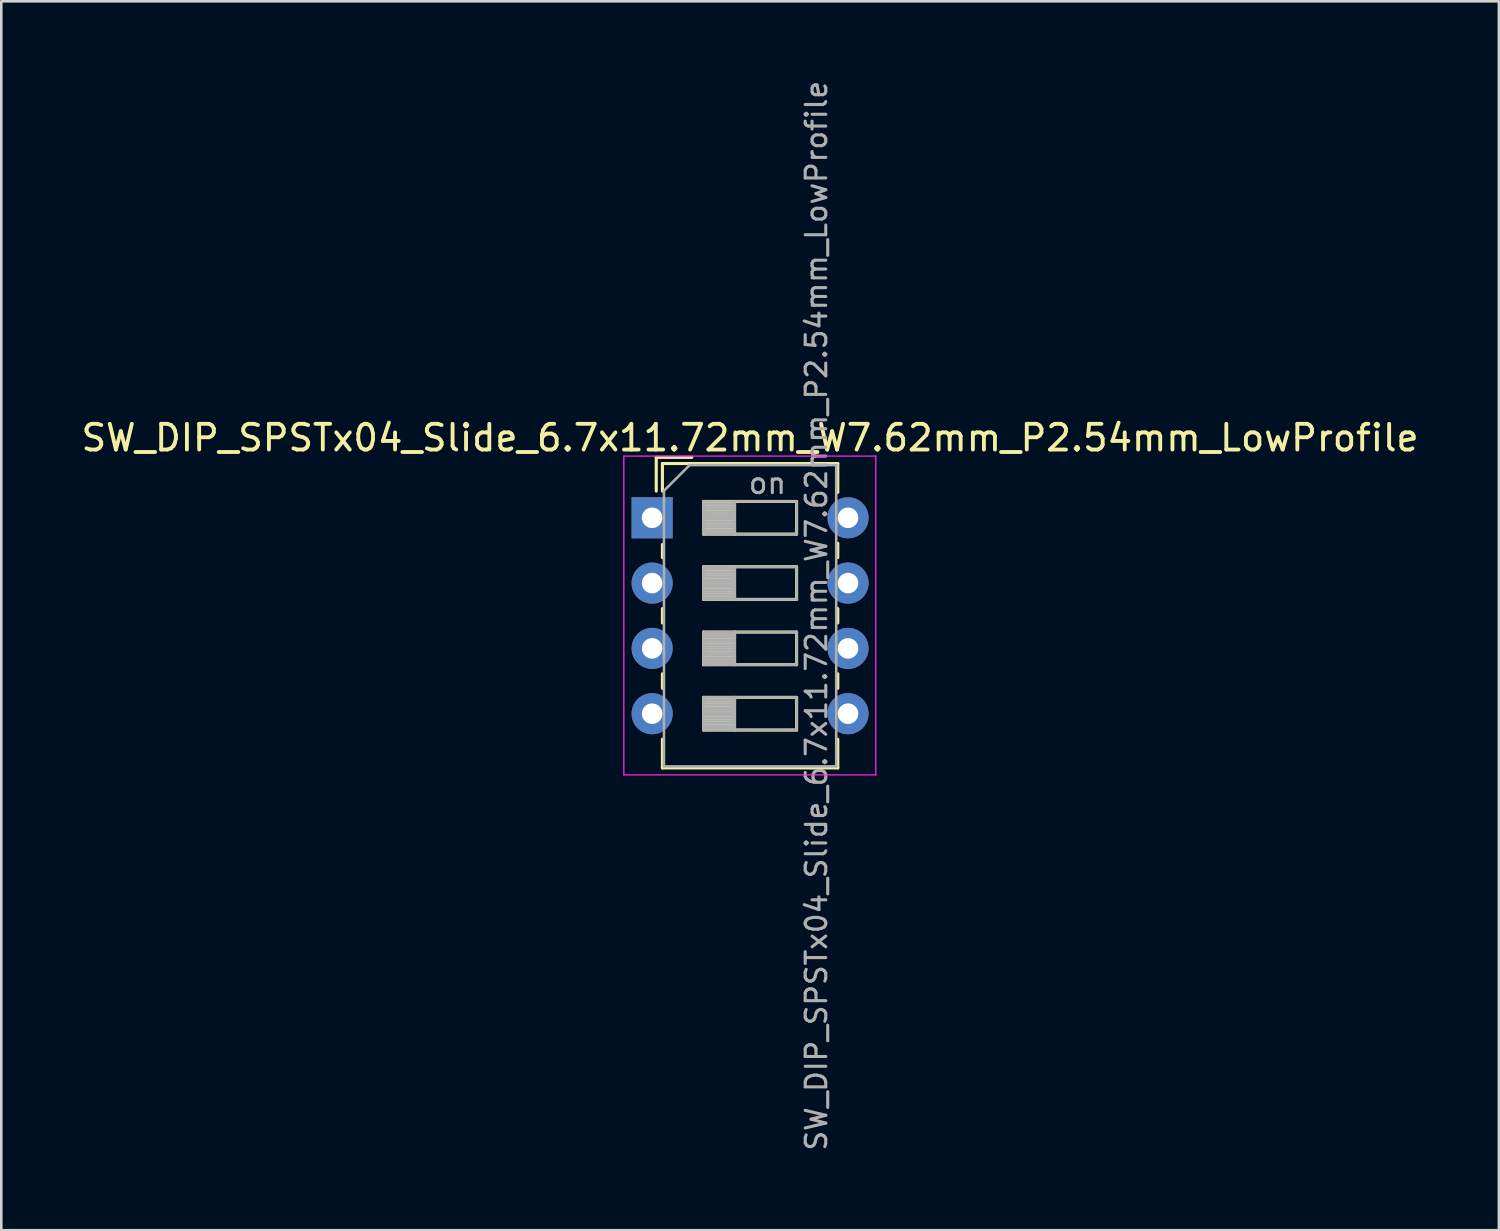
<source format=kicad_pcb>
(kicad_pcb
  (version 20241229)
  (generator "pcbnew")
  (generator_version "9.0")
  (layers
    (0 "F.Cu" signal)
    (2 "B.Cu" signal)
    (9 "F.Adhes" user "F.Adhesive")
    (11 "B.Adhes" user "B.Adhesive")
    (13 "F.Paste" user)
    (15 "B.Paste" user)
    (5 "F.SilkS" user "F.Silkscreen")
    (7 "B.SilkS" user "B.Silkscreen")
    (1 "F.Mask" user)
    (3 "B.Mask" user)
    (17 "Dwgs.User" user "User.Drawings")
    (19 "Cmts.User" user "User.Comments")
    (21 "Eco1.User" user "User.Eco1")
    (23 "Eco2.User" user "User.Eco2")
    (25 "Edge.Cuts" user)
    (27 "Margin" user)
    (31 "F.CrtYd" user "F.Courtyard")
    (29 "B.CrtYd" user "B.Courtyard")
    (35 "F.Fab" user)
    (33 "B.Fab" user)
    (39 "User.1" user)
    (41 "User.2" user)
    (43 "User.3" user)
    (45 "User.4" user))
  (footprint "SW_DIP_SPSTx04_Slide_6.7x11.72mm_W7.62mm_P2.54mm_LowProfile"
    (layer "F.Cu")
    (at 22.315 17.09)
    (property "Reference" "SW_DIP_SPSTx04_Slide_6.7x11.72mm_W7.62mm_P2.54mm_LowProfile" (at 3.81 -3.11 0) (layer "F.SilkS") (effects (font (size 1 1) (thickness 0.15))))
    (attr through_hole)
    (fp_line (start 0.16 -2.35) (end 0.16 -1.04) (stroke (width 0.12) (type solid)) (layer "F.SilkS"))
    (fp_line (start 0.16 -2.35) (end 1.543 -2.35) (stroke (width 0.12) (type solid)) (layer "F.SilkS"))
    (fp_line (start 0.4 -2.11) (end 0.4 -1.04) (stroke (width 0.12) (type solid)) (layer "F.SilkS"))
    (fp_line (start 0.4 -2.11) (end 7.221 -2.11) (stroke (width 0.12) (type solid)) (layer "F.SilkS"))
    (fp_line (start 0.4 1.04) (end 0.4 1.551) (stroke (width 0.12) (type solid)) (layer "F.SilkS"))
    (fp_line (start 0.4 3.53) (end 0.4 4.091) (stroke (width 0.12) (type solid)) (layer "F.SilkS"))
    (fp_line (start 0.4 6.07) (end 0.4 6.631) (stroke (width 0.12) (type solid)) (layer "F.SilkS"))
    (fp_line (start 0.4 8.61) (end 0.4 9.73) (stroke (width 0.12) (type solid)) (layer "F.SilkS"))
    (fp_line (start 0.4 9.73) (end 7.221 9.73) (stroke (width 0.12) (type solid)) (layer "F.SilkS"))
    (fp_line (start 2 -0.635) (end 2 0.635) (stroke (width 0.12) (type solid)) (layer "F.SilkS"))
    (fp_line (start 2 -0.515) (end 3.207 -0.515) (stroke (width 0.12) (type solid)) (layer "F.SilkS"))
    (fp_line (start 2 -0.395) (end 3.207 -0.395) (stroke (width 0.12) (type solid)) (layer "F.SilkS"))
    (fp_line (start 2 -0.275) (end 3.207 -0.275) (stroke (width 0.12) (type solid)) (layer "F.SilkS"))
    (fp_line (start 2 -0.155) (end 3.207 -0.155) (stroke (width 0.12) (type solid)) (layer "F.SilkS"))
    (fp_line (start 2 -0.035) (end 3.207 -0.035) (stroke (width 0.12) (type solid)) (layer "F.SilkS"))
    (fp_line (start 2 0.085) (end 3.207 0.085) (stroke (width 0.12) (type solid)) (layer "F.SilkS"))
    (fp_line (start 2 0.205) (end 3.207 0.205) (stroke (width 0.12) (type solid)) (layer "F.SilkS"))
    (fp_line (start 2 0.325) (end 3.207 0.325) (stroke (width 0.12) (type solid)) (layer "F.SilkS"))
    (fp_line (start 2 0.445) (end 3.207 0.445) (stroke (width 0.12) (type solid)) (layer "F.SilkS"))
    (fp_line (start 2 0.565) (end 3.207 0.565) (stroke (width 0.12) (type solid)) (layer "F.SilkS"))
    (fp_line (start 2 0.635) (end 5.62 0.635) (stroke (width 0.12) (type solid)) (layer "F.SilkS"))
    (fp_line (start 2 1.905) (end 2 3.175) (stroke (width 0.12) (type solid)) (layer "F.SilkS"))
    (fp_line (start 2 2.025) (end 3.207 2.025) (stroke (width 0.12) (type solid)) (layer "F.SilkS"))
    (fp_line (start 2 2.145) (end 3.207 2.145) (stroke (width 0.12) (type solid)) (layer "F.SilkS"))
    (fp_line (start 2 2.265) (end 3.207 2.265) (stroke (width 0.12) (type solid)) (layer "F.SilkS"))
    (fp_line (start 2 2.385) (end 3.207 2.385) (stroke (width 0.12) (type solid)) (layer "F.SilkS"))
    (fp_line (start 2 2.505) (end 3.207 2.505) (stroke (width 0.12) (type solid)) (layer "F.SilkS"))
    (fp_line (start 2 2.625) (end 3.207 2.625) (stroke (width 0.12) (type solid)) (layer "F.SilkS"))
    (fp_line (start 2 2.745) (end 3.207 2.745) (stroke (width 0.12) (type solid)) (layer "F.SilkS"))
    (fp_line (start 2 2.865) (end 3.207 2.865) (stroke (width 0.12) (type solid)) (layer "F.SilkS"))
    (fp_line (start 2 2.985) (end 3.207 2.985) (stroke (width 0.12) (type solid)) (layer "F.SilkS"))
    (fp_line (start 2 3.105) (end 3.207 3.105) (stroke (width 0.12) (type solid)) (layer "F.SilkS"))
    (fp_line (start 2 3.175) (end 5.62 3.175) (stroke (width 0.12) (type solid)) (layer "F.SilkS"))
    (fp_line (start 2 4.445) (end 2 5.715) (stroke (width 0.12) (type solid)) (layer "F.SilkS"))
    (fp_line (start 2 4.565) (end 3.207 4.565) (stroke (width 0.12) (type solid)) (layer "F.SilkS"))
    (fp_line (start 2 4.685) (end 3.207 4.685) (stroke (width 0.12) (type solid)) (layer "F.SilkS"))
    (fp_line (start 2 4.805) (end 3.207 4.805) (stroke (width 0.12) (type solid)) (layer "F.SilkS"))
    (fp_line (start 2 4.925) (end 3.207 4.925) (stroke (width 0.12) (type solid)) (layer "F.SilkS"))
    (fp_line (start 2 5.045) (end 3.207 5.045) (stroke (width 0.12) (type solid)) (layer "F.SilkS"))
    (fp_line (start 2 5.165) (end 3.207 5.165) (stroke (width 0.12) (type solid)) (layer "F.SilkS"))
    (fp_line (start 2 5.285) (end 3.207 5.285) (stroke (width 0.12) (type solid)) (layer "F.SilkS"))
    (fp_line (start 2 5.405) (end 3.207 5.405) (stroke (width 0.12) (type solid)) (layer "F.SilkS"))
    (fp_line (start 2 5.525) (end 3.207 5.525) (stroke (width 0.12) (type solid)) (layer "F.SilkS"))
    (fp_line (start 2 5.645) (end 3.207 5.645) (stroke (width 0.12) (type solid)) (layer "F.SilkS"))
    (fp_line (start 2 5.715) (end 5.62 5.715) (stroke (width 0.12) (type solid)) (layer "F.SilkS"))
    (fp_line (start 2 6.985) (end 2 8.255) (stroke (width 0.12) (type solid)) (layer "F.SilkS"))
    (fp_line (start 2 7.105) (end 3.207 7.105) (stroke (width 0.12) (type solid)) (layer "F.SilkS"))
    (fp_line (start 2 7.225) (end 3.207 7.225) (stroke (width 0.12) (type solid)) (layer "F.SilkS"))
    (fp_line (start 2 7.345) (end 3.207 7.345) (stroke (width 0.12) (type solid)) (layer "F.SilkS"))
    (fp_line (start 2 7.465) (end 3.207 7.465) (stroke (width 0.12) (type solid)) (layer "F.SilkS"))
    (fp_line (start 2 7.585) (end 3.207 7.585) (stroke (width 0.12) (type solid)) (layer "F.SilkS"))
    (fp_line (start 2 7.705) (end 3.207 7.705) (stroke (width 0.12) (type solid)) (layer "F.SilkS"))
    (fp_line (start 2 7.825) (end 3.207 7.825) (stroke (width 0.12) (type solid)) (layer "F.SilkS"))
    (fp_line (start 2 7.945) (end 3.207 7.945) (stroke (width 0.12) (type solid)) (layer "F.SilkS"))
    (fp_line (start 2 8.065) (end 3.207 8.065) (stroke (width 0.12) (type solid)) (layer "F.SilkS"))
    (fp_line (start 2 8.185) (end 3.207 8.185) (stroke (width 0.12) (type solid)) (layer "F.SilkS"))
    (fp_line (start 2 8.255) (end 5.62 8.255) (stroke (width 0.12) (type solid)) (layer "F.SilkS"))
    (fp_line (start 3.207 -0.635) (end 3.207 0.635) (stroke (width 0.12) (type solid)) (layer "F.SilkS"))
    (fp_line (start 3.207 1.905) (end 3.207 3.175) (stroke (width 0.12) (type solid)) (layer "F.SilkS"))
    (fp_line (start 3.207 4.445) (end 3.207 5.715) (stroke (width 0.12) (type solid)) (layer "F.SilkS"))
    (fp_line (start 3.207 6.985) (end 3.207 8.255) (stroke (width 0.12) (type solid)) (layer "F.SilkS"))
    (fp_line (start 5.62 -0.635) (end 2 -0.635) (stroke (width 0.12) (type solid)) (layer "F.SilkS"))
    (fp_line (start 5.62 0.635) (end 5.62 -0.635) (stroke (width 0.12) (type solid)) (layer "F.SilkS"))
    (fp_line (start 5.62 1.905) (end 2 1.905) (stroke (width 0.12) (type solid)) (layer "F.SilkS"))
    (fp_line (start 5.62 3.175) (end 5.62 1.905) (stroke (width 0.12) (type solid)) (layer "F.SilkS"))
    (fp_line (start 5.62 4.445) (end 2 4.445) (stroke (width 0.12) (type solid)) (layer "F.SilkS"))
    (fp_line (start 5.62 5.715) (end 5.62 4.445) (stroke (width 0.12) (type solid)) (layer "F.SilkS"))
    (fp_line (start 5.62 6.985) (end 2 6.985) (stroke (width 0.12) (type solid)) (layer "F.SilkS"))
    (fp_line (start 5.62 8.255) (end 5.62 6.985) (stroke (width 0.12) (type solid)) (layer "F.SilkS"))
    (fp_line (start 7.221 -2.11) (end 7.221 -0.99) (stroke (width 0.12) (type solid)) (layer "F.SilkS"))
    (fp_line (start 7.221 0.99) (end 7.221 1.551) (stroke (width 0.12) (type solid)) (layer "F.SilkS"))
    (fp_line (start 7.221 3.53) (end 7.221 4.091) (stroke (width 0.12) (type solid)) (layer "F.SilkS"))
    (fp_line (start 7.221 6.07) (end 7.221 6.631) (stroke (width 0.12) (type solid)) (layer "F.SilkS"))
    (fp_line (start 7.221 8.61) (end 7.221 9.73) (stroke (width 0.12) (type solid)) (layer "F.SilkS"))
    (fp_line (start -1.1 -2.4) (end -1.1 10) (stroke (width 0.05) (type solid)) (layer "F.CrtYd"))
    (fp_line (start -1.1 10) (end 8.7 10) (stroke (width 0.05) (type solid)) (layer "F.CrtYd"))
    (fp_line (start 8.7 -2.4) (end -1.1 -2.4) (stroke (width 0.05) (type solid)) (layer "F.CrtYd"))
    (fp_line (start 8.7 10) (end 8.7 -2.4) (stroke (width 0.05) (type solid)) (layer "F.CrtYd"))
    (fp_line (start 0.46 -1.05) (end 1.46 -2.05) (stroke (width 0.1) (type solid)) (layer "F.Fab"))
    (fp_line (start 0.46 9.67) (end 0.46 -1.05) (stroke (width 0.1) (type solid)) (layer "F.Fab"))
    (fp_line (start 1.46 -2.05) (end 7.16 -2.05) (stroke (width 0.1) (type solid)) (layer "F.Fab"))
    (fp_line (start 2 -0.635) (end 2 0.635) (stroke (width 0.1) (type solid)) (layer "F.Fab"))
    (fp_line (start 2 -0.535) (end 3.207 -0.535) (stroke (width 0.1) (type solid)) (layer "F.Fab"))
    (fp_line (start 2 -0.435) (end 3.207 -0.435) (stroke (width 0.1) (type solid)) (layer "F.Fab"))
    (fp_line (start 2 -0.335) (end 3.207 -0.335) (stroke (width 0.1) (type solid)) (layer "F.Fab"))
    (fp_line (start 2 -0.235) (end 3.207 -0.235) (stroke (width 0.1) (type solid)) (layer "F.Fab"))
    (fp_line (start 2 -0.135) (end 3.207 -0.135) (stroke (width 0.1) (type solid)) (layer "F.Fab"))
    (fp_line (start 2 -0.035) (end 3.207 -0.035) (stroke (width 0.1) (type solid)) (layer "F.Fab"))
    (fp_line (start 2 0.065) (end 3.207 0.065) (stroke (width 0.1) (type solid)) (layer "F.Fab"))
    (fp_line (start 2 0.165) (end 3.207 0.165) (stroke (width 0.1) (type solid)) (layer "F.Fab"))
    (fp_line (start 2 0.265) (end 3.207 0.265) (stroke (width 0.1) (type solid)) (layer "F.Fab"))
    (fp_line (start 2 0.365) (end 3.207 0.365) (stroke (width 0.1) (type solid)) (layer "F.Fab"))
    (fp_line (start 2 0.465) (end 3.207 0.465) (stroke (width 0.1) (type solid)) (layer "F.Fab"))
    (fp_line (start 2 0.565) (end 3.207 0.565) (stroke (width 0.1) (type solid)) (layer "F.Fab"))
    (fp_line (start 2 0.635) (end 5.62 0.635) (stroke (width 0.1) (type solid)) (layer "F.Fab"))
    (fp_line (start 2 1.905) (end 2 3.175) (stroke (width 0.1) (type solid)) (layer "F.Fab"))
    (fp_line (start 2 2.005) (end 3.207 2.005) (stroke (width 0.1) (type solid)) (layer "F.Fab"))
    (fp_line (start 2 2.105) (end 3.207 2.105) (stroke (width 0.1) (type solid)) (layer "F.Fab"))
    (fp_line (start 2 2.205) (end 3.207 2.205) (stroke (width 0.1) (type solid)) (layer "F.Fab"))
    (fp_line (start 2 2.305) (end 3.207 2.305) (stroke (width 0.1) (type solid)) (layer "F.Fab"))
    (fp_line (start 2 2.405) (end 3.207 2.405) (stroke (width 0.1) (type solid)) (layer "F.Fab"))
    (fp_line (start 2 2.505) (end 3.207 2.505) (stroke (width 0.1) (type solid)) (layer "F.Fab"))
    (fp_line (start 2 2.605) (end 3.207 2.605) (stroke (width 0.1) (type solid)) (layer "F.Fab"))
    (fp_line (start 2 2.705) (end 3.207 2.705) (stroke (width 0.1) (type solid)) (layer "F.Fab"))
    (fp_line (start 2 2.805) (end 3.207 2.805) (stroke (width 0.1) (type solid)) (layer "F.Fab"))
    (fp_line (start 2 2.905) (end 3.207 2.905) (stroke (width 0.1) (type solid)) (layer "F.Fab"))
    (fp_line (start 2 3.005) (end 3.207 3.005) (stroke (width 0.1) (type solid)) (layer "F.Fab"))
    (fp_line (start 2 3.105) (end 3.207 3.105) (stroke (width 0.1) (type solid)) (layer "F.Fab"))
    (fp_line (start 2 3.175) (end 5.62 3.175) (stroke (width 0.1) (type solid)) (layer "F.Fab"))
    (fp_line (start 2 4.445) (end 2 5.715) (stroke (width 0.1) (type solid)) (layer "F.Fab"))
    (fp_line (start 2 4.545) (end 3.207 4.545) (stroke (width 0.1) (type solid)) (layer "F.Fab"))
    (fp_line (start 2 4.645) (end 3.207 4.645) (stroke (width 0.1) (type solid)) (layer "F.Fab"))
    (fp_line (start 2 4.745) (end 3.207 4.745) (stroke (width 0.1) (type solid)) (layer "F.Fab"))
    (fp_line (start 2 4.845) (end 3.207 4.845) (stroke (width 0.1) (type solid)) (layer "F.Fab"))
    (fp_line (start 2 4.945) (end 3.207 4.945) (stroke (width 0.1) (type solid)) (layer "F.Fab"))
    (fp_line (start 2 5.045) (end 3.207 5.045) (stroke (width 0.1) (type solid)) (layer "F.Fab"))
    (fp_line (start 2 5.145) (end 3.207 5.145) (stroke (width 0.1) (type solid)) (layer "F.Fab"))
    (fp_line (start 2 5.245) (end 3.207 5.245) (stroke (width 0.1) (type solid)) (layer "F.Fab"))
    (fp_line (start 2 5.345) (end 3.207 5.345) (stroke (width 0.1) (type solid)) (layer "F.Fab"))
    (fp_line (start 2 5.445) (end 3.207 5.445) (stroke (width 0.1) (type solid)) (layer "F.Fab"))
    (fp_line (start 2 5.545) (end 3.207 5.545) (stroke (width 0.1) (type solid)) (layer "F.Fab"))
    (fp_line (start 2 5.645) (end 3.207 5.645) (stroke (width 0.1) (type solid)) (layer "F.Fab"))
    (fp_line (start 2 5.715) (end 5.62 5.715) (stroke (width 0.1) (type solid)) (layer "F.Fab"))
    (fp_line (start 2 6.985) (end 2 8.255) (stroke (width 0.1) (type solid)) (layer "F.Fab"))
    (fp_line (start 2 7.085) (end 3.207 7.085) (stroke (width 0.1) (type solid)) (layer "F.Fab"))
    (fp_line (start 2 7.185) (end 3.207 7.185) (stroke (width 0.1) (type solid)) (layer "F.Fab"))
    (fp_line (start 2 7.285) (end 3.207 7.285) (stroke (width 0.1) (type solid)) (layer "F.Fab"))
    (fp_line (start 2 7.385) (end 3.207 7.385) (stroke (width 0.1) (type solid)) (layer "F.Fab"))
    (fp_line (start 2 7.485) (end 3.207 7.485) (stroke (width 0.1) (type solid)) (layer "F.Fab"))
    (fp_line (start 2 7.585) (end 3.207 7.585) (stroke (width 0.1) (type solid)) (layer "F.Fab"))
    (fp_line (start 2 7.685) (end 3.207 7.685) (stroke (width 0.1) (type solid)) (layer "F.Fab"))
    (fp_line (start 2 7.785) (end 3.207 7.785) (stroke (width 0.1) (type solid)) (layer "F.Fab"))
    (fp_line (start 2 7.885) (end 3.207 7.885) (stroke (width 0.1) (type solid)) (layer "F.Fab"))
    (fp_line (start 2 7.985) (end 3.207 7.985) (stroke (width 0.1) (type solid)) (layer "F.Fab"))
    (fp_line (start 2 8.085) (end 3.207 8.085) (stroke (width 0.1) (type solid)) (layer "F.Fab"))
    (fp_line (start 2 8.185) (end 3.207 8.185) (stroke (width 0.1) (type solid)) (layer "F.Fab"))
    (fp_line (start 2 8.255) (end 5.62 8.255) (stroke (width 0.1) (type solid)) (layer "F.Fab"))
    (fp_line (start 3.207 -0.635) (end 3.207 0.635) (stroke (width 0.1) (type solid)) (layer "F.Fab"))
    (fp_line (start 3.207 1.905) (end 3.207 3.175) (stroke (width 0.1) (type solid)) (layer "F.Fab"))
    (fp_line (start 3.207 4.445) (end 3.207 5.715) (stroke (width 0.1) (type solid)) (layer "F.Fab"))
    (fp_line (start 3.207 6.985) (end 3.207 8.255) (stroke (width 0.1) (type solid)) (layer "F.Fab"))
    (fp_line (start 5.62 -0.635) (end 2 -0.635) (stroke (width 0.1) (type solid)) (layer "F.Fab"))
    (fp_line (start 5.62 0.635) (end 5.62 -0.635) (stroke (width 0.1) (type solid)) (layer "F.Fab"))
    (fp_line (start 5.62 1.905) (end 2 1.905) (stroke (width 0.1) (type solid)) (layer "F.Fab"))
    (fp_line (start 5.62 3.175) (end 5.62 1.905) (stroke (width 0.1) (type solid)) (layer "F.Fab"))
    (fp_line (start 5.62 4.445) (end 2 4.445) (stroke (width 0.1) (type solid)) (layer "F.Fab"))
    (fp_line (start 5.62 5.715) (end 5.62 4.445) (stroke (width 0.1) (type solid)) (layer "F.Fab"))
    (fp_line (start 5.62 6.985) (end 2 6.985) (stroke (width 0.1) (type solid)) (layer "F.Fab"))
    (fp_line (start 5.62 8.255) (end 5.62 6.985) (stroke (width 0.1) (type solid)) (layer "F.Fab"))
    (fp_line (start 7.16 -2.05) (end 7.16 9.67) (stroke (width 0.1) (type solid)) (layer "F.Fab"))
    (fp_line (start 7.16 9.67) (end 0.46 9.67) (stroke (width 0.1) (type solid)) (layer "F.Fab"))
    (fp_text user "${REFERENCE}" (at 6.39 3.81 90) (layer "F.Fab") (effects (font (size 0.8 0.8) (thickness 0.12))))
    (fp_text user "on" (at 4.485 -1.343 0) (layer "F.Fab") (effects (font (size 0.8 0.8) (thickness 0.12))))
    (pad "1" thru_hole rect (at 0 0) (size 1.6 1.6) (drill 0.8) (layers "*.Cu" "*.Mask"))
    (pad "2" thru_hole oval (at 0 2.54) (size 1.6 1.6) (drill 0.8) (layers "*.Cu" "*.Mask"))
    (pad "3" thru_hole oval (at 0 5.08) (size 1.6 1.6) (drill 0.8) (layers "*.Cu" "*.Mask"))
    (pad "4" thru_hole oval (at 0 7.62) (size 1.6 1.6) (drill 0.8) (layers "*.Cu" "*.Mask"))
    (pad "5" thru_hole oval (at 7.62 7.62) (size 1.6 1.6) (drill 0.8) (layers "*.Cu" "*.Mask"))
    (pad "6" thru_hole oval (at 7.62 5.08) (size 1.6 1.6) (drill 0.8) (layers "*.Cu" "*.Mask"))
    (pad "7" thru_hole oval (at 7.62 2.54) (size 1.6 1.6) (drill 0.8) (layers "*.Cu" "*.Mask"))
    (pad "8" thru_hole oval (at 7.62 0) (size 1.6 1.6) (drill 0.8) (layers "*.Cu" "*.Mask")))
  (gr_rect
    (start -3 -3)
    (end 55.25 44.8)
    (stroke (width 0.1) (type default))
    (fill no)
    (layer "Edge.Cuts")))
</source>
